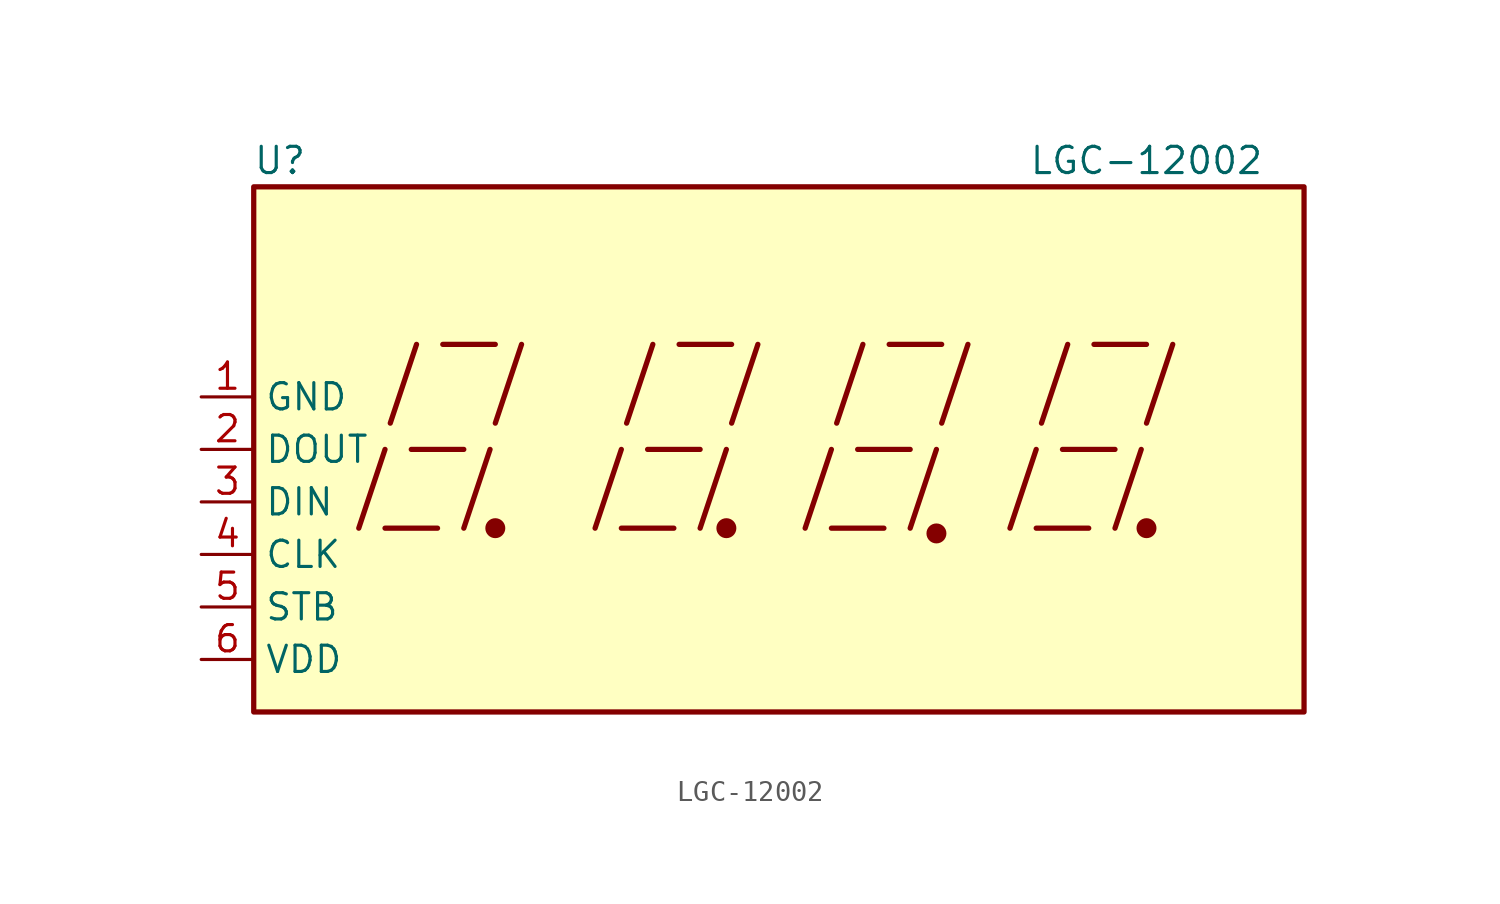
<source format=kicad_sym>
(kicad_symbol_lib
  (version 20211014)
  (generator kicad_symbol_editor)
  (symbol "LGC-12002"
    (property "Reference" "U"
      (at -24.13 13.97 0)
      (effects (font (size 1.27 1.27))))
    (property "Value" "LGC-12002"
      (at 17.78 13.97 0)
      (effects (font (size 1.27 1.27))))
    (symbol "LGC-12002_0_0"
      (rectangle (start -25.4 12.7) (end 25.4 -12.7) (stroke (width 0.254) (type default) (color 0 0 0 0)) (fill (type background)))
      (polyline (pts (xy -20.32 -3.81) (xy -19.05 0)) (stroke (width 0.254) (type default) (color 0 0 0 0)) (fill (type none)))
      (polyline (pts (xy -19.05 -3.81) (xy -16.51 -3.81)) (stroke (width 0.254) (type default) (color 0 0 0 0)) (fill (type none)))
      (polyline (pts (xy -18.796 1.27) (xy -17.526 5.08)) (stroke (width 0.254) (type default) (color 0 0 0 0)) (fill (type none)))
      (polyline (pts (xy -17.78 0) (xy -15.24 0)) (stroke (width 0.254) (type default) (color 0 0 0 0)) (fill (type none)))
      (polyline (pts (xy -16.256 5.08) (xy -13.716 5.08)) (stroke (width 0.254) (type default) (color 0 0 0 0)) (fill (type none)))
      (polyline (pts (xy -15.24 -3.81) (xy -13.97 0)) (stroke (width 0.254) (type default) (color 0 0 0 0)) (fill (type none)))
      (polyline (pts (xy -13.716 1.27) (xy -12.446 5.08)) (stroke (width 0.254) (type default) (color 0 0 0 0)) (fill (type none)))
      (polyline (pts (xy -8.89 -3.81) (xy -7.62 0)) (stroke (width 0.254) (type default) (color 0 0 0 0)) (fill (type none)))
      (polyline (pts (xy -7.62 -3.81) (xy -5.08 -3.81)) (stroke (width 0.254) (type default) (color 0 0 0 0)) (fill (type none)))
      (polyline (pts (xy -7.366 1.27) (xy -6.096 5.08)) (stroke (width 0.254) (type default) (color 0 0 0 0)) (fill (type none)))
      (polyline (pts (xy -6.35 0) (xy -3.81 0)) (stroke (width 0.254) (type default) (color 0 0 0 0)) (fill (type none)))
      (polyline (pts (xy -4.826 5.08) (xy -2.286 5.08)) (stroke (width 0.254) (type default) (color 0 0 0 0)) (fill (type none)))
      (polyline (pts (xy -3.81 -3.81) (xy -2.54 0)) (stroke (width 0.254) (type default) (color 0 0 0 0)) (fill (type none)))
      (polyline (pts (xy -2.286 1.27) (xy -1.016 5.08)) (stroke (width 0.254) (type default) (color 0 0 0 0)) (fill (type none)))
      (polyline (pts (xy 1.27 -3.81) (xy 2.54 0)) (stroke (width 0.254) (type default) (color 0 0 0 0)) (fill (type none)))
      (polyline (pts (xy 2.54 -3.81) (xy 5.08 -3.81)) (stroke (width 0.254) (type default) (color 0 0 0 0)) (fill (type none)))
      (polyline (pts (xy 2.794 1.27) (xy 4.064 5.08)) (stroke (width 0.254) (type default) (color 0 0 0 0)) (fill (type none)))
      (polyline (pts (xy 3.81 0) (xy 6.35 0)) (stroke (width 0.254) (type default) (color 0 0 0 0)) (fill (type none)))
      (polyline (pts (xy 5.334 5.08) (xy 7.874 5.08)) (stroke (width 0.254) (type default) (color 0 0 0 0)) (fill (type none)))
      (polyline (pts (xy 6.35 -3.81) (xy 7.62 0)) (stroke (width 0.254) (type default) (color 0 0 0 0)) (fill (type none)))
      (polyline (pts (xy 7.874 1.27) (xy 9.144 5.08)) (stroke (width 0.254) (type default) (color 0 0 0 0)) (fill (type none)))
      (polyline (pts (xy 11.176 -3.81) (xy 12.446 0)) (stroke (width 0.254) (type default) (color 0 0 0 0)) (fill (type none)))
      (polyline (pts (xy 12.446 -3.81) (xy 14.986 -3.81)) (stroke (width 0.254) (type default) (color 0 0 0 0)) (fill (type none)))
      (polyline (pts (xy 12.7 1.27) (xy 13.97 5.08)) (stroke (width 0.254) (type default) (color 0 0 0 0)) (fill (type none)))
      (polyline (pts (xy 13.716 0) (xy 16.256 0)) (stroke (width 0.254) (type default) (color 0 0 0 0)) (fill (type none)))
      (polyline (pts (xy 15.24 5.08) (xy 17.78 5.08)) (stroke (width 0.254) (type default) (color 0 0 0 0)) (fill (type none)))
      (polyline (pts (xy 16.256 -3.81) (xy 17.526 0)) (stroke (width 0.254) (type default) (color 0 0 0 0)) (fill (type none)))
      (polyline (pts (xy 17.78 1.27) (xy 19.05 5.08)) (stroke (width 0.254) (type default) (color 0 0 0 0)) (fill (type none))))
    (symbol "LGC-12002_0_1"
      (circle (center -13.716 -3.81) (radius 0.356) (stroke (width 0.254) (type default) (color 0 0 0 0)) (fill (type outline)))
      (circle (center -2.54 -3.81) (radius 0.356) (stroke (width 0.254) (type default) (color 0 0 0 0)) (fill (type outline))))
    (symbol "LGC-12002_1_0"
      (circle (center 7.62 -4.064) (radius 0.356) (stroke (width 0.254) (type default) (color 0 0 0 0)) (fill (type outline)))
      (circle (center 17.78 -3.81) (radius 0.356) (stroke (width 0.254) (type default) (color 0 0 0 0)) (fill (type outline))))
    (symbol "LGC-12002_1_1"
      (pin power_in line (at -27.94 2.54 0) (length 2.54) (name "GND" (effects (font (size 1.27 1.27)))) (number "1" (effects (font (size 1.27 1.27)))))
      (pin output line (at -27.94 0 0) (length 2.54) (name "DOUT" (effects (font (size 1.27 1.27)))) (number "2" (effects (font (size 1.27 1.27)))))
      (pin input line (at -27.94 -2.54 0) (length 2.54) (name "DIN" (effects (font (size 1.27 1.27)))) (number "3" (effects (font (size 1.27 1.27)))))
      (pin input line (at -27.94 -5.08 0) (length 2.54) (name "CLK" (effects (font (size 1.27 1.27)))) (number "4" (effects (font (size 1.27 1.27)))))
      (pin input line (at -27.94 -7.62 0) (length 2.54) (name "STB" (effects (font (size 1.27 1.27)))) (number "5" (effects (font (size 1.27 1.27)))))
      (pin power_in line (at -27.94 -10.16 0) (length 2.54) (name "VDD" (effects (font (size 1.27 1.27)))) (number "6" (effects (font (size 1.27 1.27))))))))
</source>
